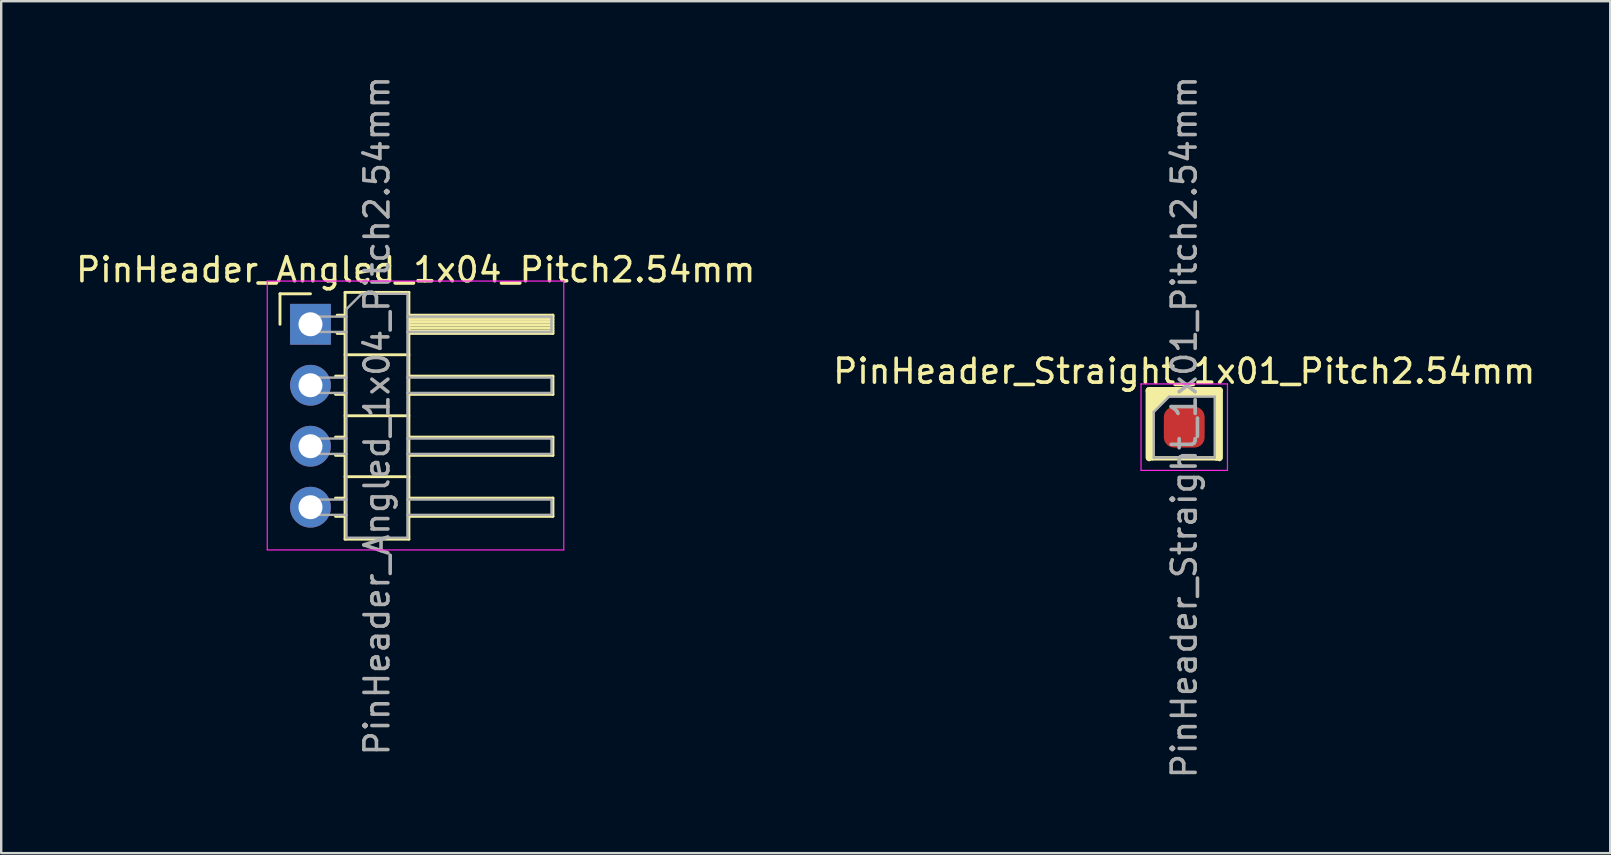
<source format=kicad_pcb>
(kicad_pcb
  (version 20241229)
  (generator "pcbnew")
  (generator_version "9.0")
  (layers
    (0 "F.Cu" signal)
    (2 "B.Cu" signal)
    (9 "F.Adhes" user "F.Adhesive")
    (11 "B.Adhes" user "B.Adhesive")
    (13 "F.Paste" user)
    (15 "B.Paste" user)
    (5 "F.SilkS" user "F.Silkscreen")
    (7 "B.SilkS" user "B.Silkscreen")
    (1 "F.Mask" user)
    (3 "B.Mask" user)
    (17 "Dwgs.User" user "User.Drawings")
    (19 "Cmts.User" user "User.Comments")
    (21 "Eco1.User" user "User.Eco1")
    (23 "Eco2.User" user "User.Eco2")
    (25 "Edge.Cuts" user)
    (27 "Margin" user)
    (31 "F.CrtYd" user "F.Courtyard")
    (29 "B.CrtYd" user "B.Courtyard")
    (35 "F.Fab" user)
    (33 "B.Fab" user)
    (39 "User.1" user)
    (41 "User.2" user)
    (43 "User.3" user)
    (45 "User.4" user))
  (footprint "PinHeader_Angled_1x04_Pitch2.54mm"
    (layer "F.Cu")
    (at 9.883 10.458)
    (property "Reference" "PinHeader_Angled_1x04_Pitch2.54mm" (at 4.385 -2.27 0) (layer "F.SilkS") (effects (font (size 1 1) (thickness 0.15))))
    (attr through_hole)
    (fp_line (start -1.27 -1.27) (end 0 -1.27) (stroke (width 0.12) (type solid)) (layer "F.SilkS"))
    (fp_line (start -1.27 0) (end -1.27 -1.27) (stroke (width 0.12) (type solid)) (layer "F.SilkS"))
    (fp_line (start 1.043 2.16) (end 1.44 2.16) (stroke (width 0.12) (type solid)) (layer "F.SilkS"))
    (fp_line (start 1.043 2.92) (end 1.44 2.92) (stroke (width 0.12) (type solid)) (layer "F.SilkS"))
    (fp_line (start 1.043 4.7) (end 1.44 4.7) (stroke (width 0.12) (type solid)) (layer "F.SilkS"))
    (fp_line (start 1.043 5.46) (end 1.44 5.46) (stroke (width 0.12) (type solid)) (layer "F.SilkS"))
    (fp_line (start 1.043 7.24) (end 1.44 7.24) (stroke (width 0.12) (type solid)) (layer "F.SilkS"))
    (fp_line (start 1.043 8) (end 1.44 8) (stroke (width 0.12) (type solid)) (layer "F.SilkS"))
    (fp_line (start 1.11 -0.38) (end 1.44 -0.38) (stroke (width 0.12) (type solid)) (layer "F.SilkS"))
    (fp_line (start 1.11 0.38) (end 1.44 0.38) (stroke (width 0.12) (type solid)) (layer "F.SilkS"))
    (fp_line (start 1.44 -1.33) (end 1.44 8.95) (stroke (width 0.12) (type solid)) (layer "F.SilkS"))
    (fp_line (start 1.44 1.27) (end 4.1 1.27) (stroke (width 0.12) (type solid)) (layer "F.SilkS"))
    (fp_line (start 1.44 3.81) (end 4.1 3.81) (stroke (width 0.12) (type solid)) (layer "F.SilkS"))
    (fp_line (start 1.44 6.35) (end 4.1 6.35) (stroke (width 0.12) (type solid)) (layer "F.SilkS"))
    (fp_line (start 1.44 8.95) (end 4.1 8.95) (stroke (width 0.12) (type solid)) (layer "F.SilkS"))
    (fp_line (start 4.1 -1.33) (end 1.44 -1.33) (stroke (width 0.12) (type solid)) (layer "F.SilkS"))
    (fp_line (start 4.1 -0.38) (end 10.1 -0.38) (stroke (width 0.12) (type solid)) (layer "F.SilkS"))
    (fp_line (start 4.1 -0.32) (end 10.1 -0.32) (stroke (width 0.12) (type solid)) (layer "F.SilkS"))
    (fp_line (start 4.1 -0.2) (end 10.1 -0.2) (stroke (width 0.12) (type solid)) (layer "F.SilkS"))
    (fp_line (start 4.1 -0.08) (end 10.1 -0.08) (stroke (width 0.12) (type solid)) (layer "F.SilkS"))
    (fp_line (start 4.1 0.04) (end 10.1 0.04) (stroke (width 0.12) (type solid)) (layer "F.SilkS"))
    (fp_line (start 4.1 0.16) (end 10.1 0.16) (stroke (width 0.12) (type solid)) (layer "F.SilkS"))
    (fp_line (start 4.1 0.28) (end 10.1 0.28) (stroke (width 0.12) (type solid)) (layer "F.SilkS"))
    (fp_line (start 4.1 2.16) (end 10.1 2.16) (stroke (width 0.12) (type solid)) (layer "F.SilkS"))
    (fp_line (start 4.1 4.7) (end 10.1 4.7) (stroke (width 0.12) (type solid)) (layer "F.SilkS"))
    (fp_line (start 4.1 7.24) (end 10.1 7.24) (stroke (width 0.12) (type solid)) (layer "F.SilkS"))
    (fp_line (start 4.1 8.95) (end 4.1 -1.33) (stroke (width 0.12) (type solid)) (layer "F.SilkS"))
    (fp_line (start 10.1 -0.38) (end 10.1 0.38) (stroke (width 0.12) (type solid)) (layer "F.SilkS"))
    (fp_line (start 10.1 0.38) (end 4.1 0.38) (stroke (width 0.12) (type solid)) (layer "F.SilkS"))
    (fp_line (start 10.1 2.16) (end 10.1 2.92) (stroke (width 0.12) (type solid)) (layer "F.SilkS"))
    (fp_line (start 10.1 2.92) (end 4.1 2.92) (stroke (width 0.12) (type solid)) (layer "F.SilkS"))
    (fp_line (start 10.1 4.7) (end 10.1 5.46) (stroke (width 0.12) (type solid)) (layer "F.SilkS"))
    (fp_line (start 10.1 5.46) (end 4.1 5.46) (stroke (width 0.12) (type solid)) (layer "F.SilkS"))
    (fp_line (start 10.1 7.24) (end 10.1 8) (stroke (width 0.12) (type solid)) (layer "F.SilkS"))
    (fp_line (start 10.1 8) (end 4.1 8) (stroke (width 0.12) (type solid)) (layer "F.SilkS"))
    (fp_line (start -1.8 -1.8) (end -1.8 9.4) (stroke (width 0.05) (type solid)) (layer "F.CrtYd"))
    (fp_line (start -1.8 9.4) (end 10.55 9.4) (stroke (width 0.05) (type solid)) (layer "F.CrtYd"))
    (fp_line (start 10.55 -1.8) (end -1.8 -1.8) (stroke (width 0.05) (type solid)) (layer "F.CrtYd"))
    (fp_line (start 10.55 9.4) (end 10.55 -1.8) (stroke (width 0.05) (type solid)) (layer "F.CrtYd"))
    (fp_line (start -0.32 -0.32) (end -0.32 0.32) (stroke (width 0.1) (type solid)) (layer "F.Fab"))
    (fp_line (start -0.32 -0.32) (end 1.5 -0.32) (stroke (width 0.1) (type solid)) (layer "F.Fab"))
    (fp_line (start -0.32 0.32) (end 1.5 0.32) (stroke (width 0.1) (type solid)) (layer "F.Fab"))
    (fp_line (start -0.32 2.22) (end -0.32 2.86) (stroke (width 0.1) (type solid)) (layer "F.Fab"))
    (fp_line (start -0.32 2.22) (end 1.5 2.22) (stroke (width 0.1) (type solid)) (layer "F.Fab"))
    (fp_line (start -0.32 2.86) (end 1.5 2.86) (stroke (width 0.1) (type solid)) (layer "F.Fab"))
    (fp_line (start -0.32 4.76) (end -0.32 5.4) (stroke (width 0.1) (type solid)) (layer "F.Fab"))
    (fp_line (start -0.32 4.76) (end 1.5 4.76) (stroke (width 0.1) (type solid)) (layer "F.Fab"))
    (fp_line (start -0.32 5.4) (end 1.5 5.4) (stroke (width 0.1) (type solid)) (layer "F.Fab"))
    (fp_line (start -0.32 7.3) (end -0.32 7.94) (stroke (width 0.1) (type solid)) (layer "F.Fab"))
    (fp_line (start -0.32 7.3) (end 1.5 7.3) (stroke (width 0.1) (type solid)) (layer "F.Fab"))
    (fp_line (start -0.32 7.94) (end 1.5 7.94) (stroke (width 0.1) (type solid)) (layer "F.Fab"))
    (fp_line (start 1.5 -0.635) (end 2.135 -1.27) (stroke (width 0.1) (type solid)) (layer "F.Fab"))
    (fp_line (start 1.5 8.89) (end 1.5 -0.635) (stroke (width 0.1) (type solid)) (layer "F.Fab"))
    (fp_line (start 2.135 -1.27) (end 4.04 -1.27) (stroke (width 0.1) (type solid)) (layer "F.Fab"))
    (fp_line (start 4.04 -1.27) (end 4.04 8.89) (stroke (width 0.1) (type solid)) (layer "F.Fab"))
    (fp_line (start 4.04 -0.32) (end 10.04 -0.32) (stroke (width 0.1) (type solid)) (layer "F.Fab"))
    (fp_line (start 4.04 0.32) (end 10.04 0.32) (stroke (width 0.1) (type solid)) (layer "F.Fab"))
    (fp_line (start 4.04 2.22) (end 10.04 2.22) (stroke (width 0.1) (type solid)) (layer "F.Fab"))
    (fp_line (start 4.04 2.86) (end 10.04 2.86) (stroke (width 0.1) (type solid)) (layer "F.Fab"))
    (fp_line (start 4.04 4.76) (end 10.04 4.76) (stroke (width 0.1) (type solid)) (layer "F.Fab"))
    (fp_line (start 4.04 5.4) (end 10.04 5.4) (stroke (width 0.1) (type solid)) (layer "F.Fab"))
    (fp_line (start 4.04 7.3) (end 10.04 7.3) (stroke (width 0.1) (type solid)) (layer "F.Fab"))
    (fp_line (start 4.04 7.94) (end 10.04 7.94) (stroke (width 0.1) (type solid)) (layer "F.Fab"))
    (fp_line (start 4.04 8.89) (end 1.5 8.89) (stroke (width 0.1) (type solid)) (layer "F.Fab"))
    (fp_line (start 10.04 -0.32) (end 10.04 0.32) (stroke (width 0.1) (type solid)) (layer "F.Fab"))
    (fp_line (start 10.04 2.22) (end 10.04 2.86) (stroke (width 0.1) (type solid)) (layer "F.Fab"))
    (fp_line (start 10.04 4.76) (end 10.04 5.4) (stroke (width 0.1) (type solid)) (layer "F.Fab"))
    (fp_line (start 10.04 7.3) (end 10.04 7.94) (stroke (width 0.1) (type solid)) (layer "F.Fab"))
    (fp_text user "${REFERENCE}" (at 2.77 3.81 90) (layer "F.Fab") (effects (font (size 1 1) (thickness 0.15))))
    (pad "1" thru_hole rect (at 0 0) (size 1.7 1.7) (drill 1) (layers "*.Cu" "*.Mask"))
    (pad "2" thru_hole oval (at 0 2.54) (size 1.7 1.7) (drill 1) (layers "*.Cu" "*.Mask"))
    (pad "3" thru_hole oval (at 0 5.08) (size 1.7 1.7) (drill 1) (layers "*.Cu" "*.Mask"))
    (pad "4" thru_hole oval (at 0 7.62) (size 1.7 1.7) (drill 1) (layers "*.Cu" "*.Mask")))
  (footprint "PinHeader_Straight_1x01_Pitch2.54mm"
    (layer "F.Cu")
    (at 46.28 14.744)
    (property "Reference" "PinHeader_Straight_1x01_Pitch2.54mm" (at 0 -2.33 0) (layer "F.SilkS") (effects (font (size 1 1) (thickness 0.15))))
    (attr through_hole)
    (fp_line (start -1.46 -1.524) (end 1.46 -1.524) (stroke (width 0.3) (type solid)) (layer "F.SilkS"))
    (fp_line (start -1.46 1.27) (end -1.46 -1.524) (stroke (width 0.3) (type solid)) (layer "F.SilkS"))
    (fp_line (start -1.333 -0.064) (end -1.333 1.27) (stroke (width 0.12) (type solid)) (layer "F.SilkS"))
    (fp_line (start -1.33 -1.33) (end 0 -1.33) (stroke (width 0.12) (type solid)) (layer "F.SilkS"))
    (fp_line (start -1.33 0) (end -1.33 -1.33) (stroke (width 0.12) (type solid)) (layer "F.SilkS"))
    (fp_line (start -1.33 1.27) (end -1.33 1.33) (stroke (width 0.12) (type solid)) (layer "F.SilkS"))
    (fp_line (start -1.33 1.27) (end 1.33 1.27) (stroke (width 0.12) (type solid)) (layer "F.SilkS"))
    (fp_line (start -1.33 1.33) (end 1.33 1.33) (stroke (width 0.12) (type solid)) (layer "F.SilkS"))
    (fp_line (start 0 -1.333) (end 1.333 -1.333) (stroke (width 0.12) (type solid)) (layer "F.SilkS"))
    (fp_line (start 1.33 1.27) (end 1.33 1.33) (stroke (width 0.12) (type solid)) (layer "F.SilkS"))
    (fp_line (start 1.333 -1.333) (end 1.333 1.333) (stroke (width 0.12) (type solid)) (layer "F.SilkS"))
    (fp_line (start 1.46 -1.524) (end 1.46 1.27) (stroke (width 0.3) (type solid)) (layer "F.SilkS"))
    (fp_poly (pts (xy -1.333 -0.635) (xy -0.635 -1.333) (xy -1.333 -1.333)) (stroke (width 0.15) (type solid)) (fill yes) (layer "F.SilkS"))
    (fp_line (start -1.8 -1.8) (end -1.8 1.8) (stroke (width 0.05) (type solid)) (layer "F.CrtYd"))
    (fp_line (start -1.8 1.8) (end 1.8 1.8) (stroke (width 0.05) (type solid)) (layer "F.CrtYd"))
    (fp_line (start 1.8 -1.8) (end -1.8 -1.8) (stroke (width 0.05) (type solid)) (layer "F.CrtYd"))
    (fp_line (start 1.8 1.8) (end 1.8 -1.8) (stroke (width 0.05) (type solid)) (layer "F.CrtYd"))
    (fp_line (start -1.27 -0.635) (end -0.635 -1.27) (stroke (width 0.1) (type solid)) (layer "F.Fab"))
    (fp_line (start -1.27 1.27) (end -1.27 -0.635) (stroke (width 0.1) (type solid)) (layer "F.Fab"))
    (fp_line (start -0.635 -1.27) (end 1.27 -1.27) (stroke (width 0.1) (type solid)) (layer "F.Fab"))
    (fp_line (start 1.27 -1.27) (end 1.27 1.27) (stroke (width 0.1) (type solid)) (layer "F.Fab"))
    (fp_line (start 1.27 1.27) (end -1.27 1.27) (stroke (width 0.1) (type solid)) (layer "F.Fab"))
    (fp_text user "${REFERENCE}" (at 0 0 90) (layer "F.Fab") (effects (font (size 1 1) (thickness 0.15))))
    (pad "1" smd roundrect (at 0 0) (size 1.7 1.7) (layers "F.Cu" "F.Mask" "F.Paste") (roundrect_rratio 0.25)))
  (gr_rect
    (start -3 -3)
    (end 64.024 32.488)
    (stroke (width 0.1) (type default))
    (fill no)
    (layer "Edge.Cuts")))
</source>
